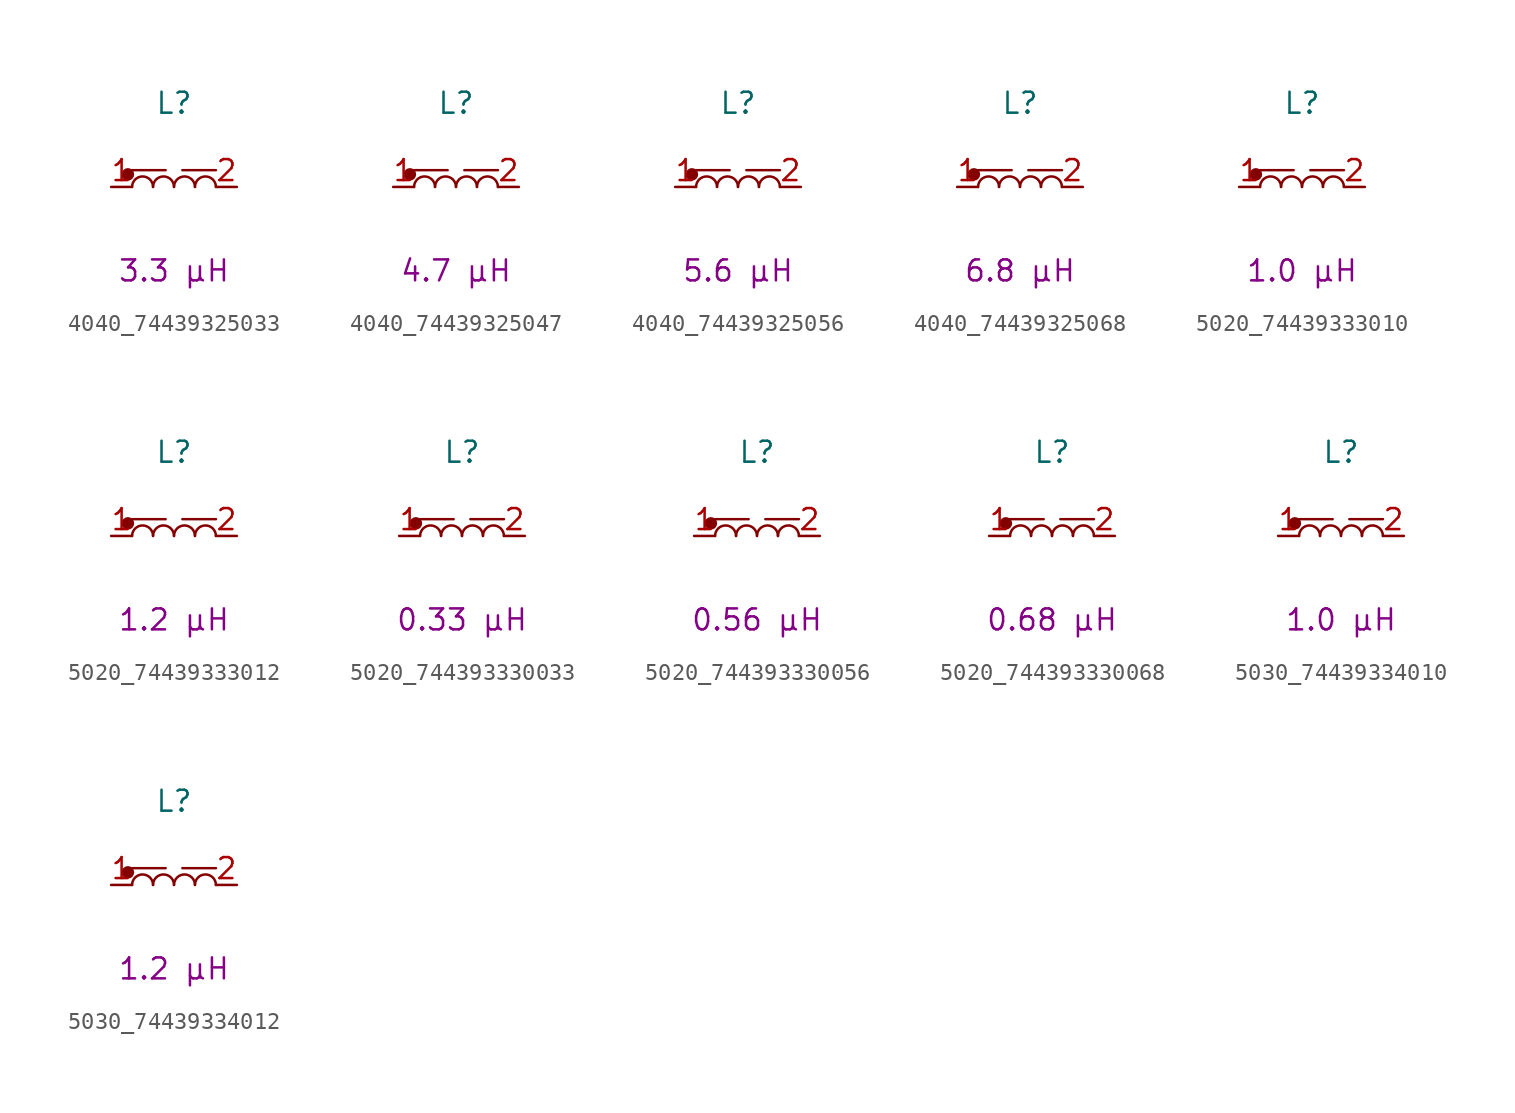
<source format=kicad_sym>
(kicad_symbol_lib
  (version 20220914)
  (generator kicad_symbol_editor)
  (symbol "4040_74439325033"
    (pin_names hide)
    (property "Reference" "L"
      (at 0 5.08 0)
      (effects (font (size 1.27 1.27))))
    (property "Critical Parameter" "3.3 µH"
      (at 0 -5.08 0)
      (effects (font (size 1.27 1.27))))
    (symbol "4040_74439325033_0_1"
      (arc (start -1.27 0) (mid -1.905 0.6323) (end -2.54 0) (stroke (width 0) (type default)) (fill (type none)))
      (arc (start 0 0) (mid -0.635 0.6323) (end -1.27 0) (stroke (width 0) (type default)) (fill (type none)))
      (polyline (pts (xy -2.54 1.016) (xy -0.508 1.016)) (stroke (width 0) (type default)) (fill (type none)))
      (arc (start 1.27 0) (mid 0.635 0.6323) (end 0 0) (stroke (width 0) (type default)) (fill (type none)))
      (arc (start 2.54 0) (mid 1.905 0.6323) (end 1.27 0) (stroke (width 0) (type default)) (fill (type none))))
    (symbol "4040_74439325033_1_1"
      (circle (center -2.794 0.762) (radius 0.0001) (stroke (width 0.381) (type default)) (fill (type none)))
      (polyline (pts (xy 2.54 1.016) (xy 0.508 1.016)) (stroke (width 0) (type default)) (fill (type none)))
      (pin passive line (at -3.81 0 0) (length 1.27) (name "1" (effects (font (size 1.27 1.27)))) (number "1" (effects (font (size 1.27 1.27)))))
      (pin passive line (at 3.81 0 180) (length 1.27) (name "2" (effects (font (size 1.27 1.27)))) (number "2" (effects (font (size 1.27 1.27)))))))
  (symbol "4040_74439325047"
    (pin_names hide)
    (property "Reference" "L"
      (at 0 5.08 0)
      (effects (font (size 1.27 1.27))))
    (property "Critical Parameter" "4.7 µH"
      (at 0 -5.08 0)
      (effects (font (size 1.27 1.27))))
    (symbol "4040_74439325047_0_1"
      (arc (start -1.27 0) (mid -1.905 0.6323) (end -2.54 0) (stroke (width 0) (type default)) (fill (type none)))
      (arc (start 0 0) (mid -0.635 0.6323) (end -1.27 0) (stroke (width 0) (type default)) (fill (type none)))
      (polyline (pts (xy -2.54 1.016) (xy -0.508 1.016)) (stroke (width 0) (type default)) (fill (type none)))
      (arc (start 1.27 0) (mid 0.635 0.6323) (end 0 0) (stroke (width 0) (type default)) (fill (type none)))
      (arc (start 2.54 0) (mid 1.905 0.6323) (end 1.27 0) (stroke (width 0) (type default)) (fill (type none))))
    (symbol "4040_74439325047_1_1"
      (circle (center -2.794 0.762) (radius 0.0001) (stroke (width 0.381) (type default)) (fill (type none)))
      (polyline (pts (xy 2.54 1.016) (xy 0.508 1.016)) (stroke (width 0) (type default)) (fill (type none)))
      (pin passive line (at -3.81 0 0) (length 1.27) (name "1" (effects (font (size 1.27 1.27)))) (number "1" (effects (font (size 1.27 1.27)))))
      (pin passive line (at 3.81 0 180) (length 1.27) (name "2" (effects (font (size 1.27 1.27)))) (number "2" (effects (font (size 1.27 1.27)))))))
  (symbol "4040_74439325056"
    (pin_names hide)
    (property "Reference" "L"
      (at 0 5.08 0)
      (effects (font (size 1.27 1.27))))
    (property "Critical Parameter" "5.6 µH"
      (at 0 -5.08 0)
      (effects (font (size 1.27 1.27))))
    (symbol "4040_74439325056_0_1"
      (arc (start -1.27 0) (mid -1.905 0.6323) (end -2.54 0) (stroke (width 0) (type default)) (fill (type none)))
      (arc (start 0 0) (mid -0.635 0.6323) (end -1.27 0) (stroke (width 0) (type default)) (fill (type none)))
      (polyline (pts (xy -2.54 1.016) (xy -0.508 1.016)) (stroke (width 0) (type default)) (fill (type none)))
      (arc (start 1.27 0) (mid 0.635 0.6323) (end 0 0) (stroke (width 0) (type default)) (fill (type none)))
      (arc (start 2.54 0) (mid 1.905 0.6323) (end 1.27 0) (stroke (width 0) (type default)) (fill (type none))))
    (symbol "4040_74439325056_1_1"
      (circle (center -2.794 0.762) (radius 0.0001) (stroke (width 0.381) (type default)) (fill (type none)))
      (polyline (pts (xy 2.54 1.016) (xy 0.508 1.016)) (stroke (width 0) (type default)) (fill (type none)))
      (pin passive line (at -3.81 0 0) (length 1.27) (name "1" (effects (font (size 1.27 1.27)))) (number "1" (effects (font (size 1.27 1.27)))))
      (pin passive line (at 3.81 0 180) (length 1.27) (name "2" (effects (font (size 1.27 1.27)))) (number "2" (effects (font (size 1.27 1.27)))))))
  (symbol "4040_74439325068"
    (pin_names hide)
    (property "Reference" "L"
      (at 0 5.08 0)
      (effects (font (size 1.27 1.27))))
    (property "Critical Parameter" "6.8 µH"
      (at 0 -5.08 0)
      (effects (font (size 1.27 1.27))))
    (symbol "4040_74439325068_0_1"
      (arc (start -1.27 0) (mid -1.905 0.6323) (end -2.54 0) (stroke (width 0) (type default)) (fill (type none)))
      (arc (start 0 0) (mid -0.635 0.6323) (end -1.27 0) (stroke (width 0) (type default)) (fill (type none)))
      (polyline (pts (xy -2.54 1.016) (xy -0.508 1.016)) (stroke (width 0) (type default)) (fill (type none)))
      (arc (start 1.27 0) (mid 0.635 0.6323) (end 0 0) (stroke (width 0) (type default)) (fill (type none)))
      (arc (start 2.54 0) (mid 1.905 0.6323) (end 1.27 0) (stroke (width 0) (type default)) (fill (type none))))
    (symbol "4040_74439325068_1_1"
      (circle (center -2.794 0.762) (radius 0.0001) (stroke (width 0.381) (type default)) (fill (type none)))
      (polyline (pts (xy 2.54 1.016) (xy 0.508 1.016)) (stroke (width 0) (type default)) (fill (type none)))
      (pin passive line (at -3.81 0 0) (length 1.27) (name "1" (effects (font (size 1.27 1.27)))) (number "1" (effects (font (size 1.27 1.27)))))
      (pin passive line (at 3.81 0 180) (length 1.27) (name "2" (effects (font (size 1.27 1.27)))) (number "2" (effects (font (size 1.27 1.27)))))))
  (symbol "5020_74439333010"
    (pin_names hide)
    (property "Reference" "L"
      (at 0 5.08 0)
      (effects (font (size 1.27 1.27))))
    (property "Critical Parameter" "1.0 µH"
      (at 0 -5.08 0)
      (effects (font (size 1.27 1.27))))
    (symbol "5020_74439333010_0_1"
      (arc (start -1.27 0) (mid -1.905 0.6323) (end -2.54 0) (stroke (width 0) (type default)) (fill (type none)))
      (arc (start 0 0) (mid -0.635 0.6323) (end -1.27 0) (stroke (width 0) (type default)) (fill (type none)))
      (polyline (pts (xy -2.54 1.016) (xy -0.508 1.016)) (stroke (width 0) (type default)) (fill (type none)))
      (arc (start 1.27 0) (mid 0.635 0.6323) (end 0 0) (stroke (width 0) (type default)) (fill (type none)))
      (arc (start 2.54 0) (mid 1.905 0.6323) (end 1.27 0) (stroke (width 0) (type default)) (fill (type none))))
    (symbol "5020_74439333010_1_1"
      (circle (center -2.794 0.762) (radius 0.0001) (stroke (width 0.381) (type default)) (fill (type none)))
      (polyline (pts (xy 2.54 1.016) (xy 0.508 1.016)) (stroke (width 0) (type default)) (fill (type none)))
      (pin passive line (at -3.81 0 0) (length 1.27) (name "1" (effects (font (size 1.27 1.27)))) (number "1" (effects (font (size 1.27 1.27)))))
      (pin passive line (at 3.81 0 180) (length 1.27) (name "2" (effects (font (size 1.27 1.27)))) (number "2" (effects (font (size 1.27 1.27)))))))
  (symbol "5020_74439333012"
    (pin_names hide)
    (property "Reference" "L"
      (at 0 5.08 0)
      (effects (font (size 1.27 1.27))))
    (property "Critical Parameter" "1.2 µH"
      (at 0 -5.08 0)
      (effects (font (size 1.27 1.27))))
    (symbol "5020_74439333012_0_1"
      (arc (start -1.27 0) (mid -1.905 0.6323) (end -2.54 0) (stroke (width 0) (type default)) (fill (type none)))
      (arc (start 0 0) (mid -0.635 0.6323) (end -1.27 0) (stroke (width 0) (type default)) (fill (type none)))
      (polyline (pts (xy -2.54 1.016) (xy -0.508 1.016)) (stroke (width 0) (type default)) (fill (type none)))
      (arc (start 1.27 0) (mid 0.635 0.6323) (end 0 0) (stroke (width 0) (type default)) (fill (type none)))
      (arc (start 2.54 0) (mid 1.905 0.6323) (end 1.27 0) (stroke (width 0) (type default)) (fill (type none))))
    (symbol "5020_74439333012_1_1"
      (circle (center -2.794 0.762) (radius 0.0001) (stroke (width 0.381) (type default)) (fill (type none)))
      (polyline (pts (xy 2.54 1.016) (xy 0.508 1.016)) (stroke (width 0) (type default)) (fill (type none)))
      (pin passive line (at -3.81 0 0) (length 1.27) (name "1" (effects (font (size 1.27 1.27)))) (number "1" (effects (font (size 1.27 1.27)))))
      (pin passive line (at 3.81 0 180) (length 1.27) (name "2" (effects (font (size 1.27 1.27)))) (number "2" (effects (font (size 1.27 1.27)))))))
  (symbol "5020_744393330033"
    (pin_names hide)
    (property "Reference" "L"
      (at 0 5.08 0)
      (effects (font (size 1.27 1.27))))
    (property "Critical Parameter" "0.33 µH"
      (at 0 -5.08 0)
      (effects (font (size 1.27 1.27))))
    (symbol "5020_744393330033_0_1"
      (arc (start -1.27 0) (mid -1.905 0.6323) (end -2.54 0) (stroke (width 0) (type default)) (fill (type none)))
      (arc (start 0 0) (mid -0.635 0.6323) (end -1.27 0) (stroke (width 0) (type default)) (fill (type none)))
      (polyline (pts (xy -2.54 1.016) (xy -0.508 1.016)) (stroke (width 0) (type default)) (fill (type none)))
      (arc (start 1.27 0) (mid 0.635 0.6323) (end 0 0) (stroke (width 0) (type default)) (fill (type none)))
      (arc (start 2.54 0) (mid 1.905 0.6323) (end 1.27 0) (stroke (width 0) (type default)) (fill (type none))))
    (symbol "5020_744393330033_1_1"
      (circle (center -2.794 0.762) (radius 0.0001) (stroke (width 0.381) (type default)) (fill (type none)))
      (polyline (pts (xy 2.54 1.016) (xy 0.508 1.016)) (stroke (width 0) (type default)) (fill (type none)))
      (pin passive line (at -3.81 0 0) (length 1.27) (name "1" (effects (font (size 1.27 1.27)))) (number "1" (effects (font (size 1.27 1.27)))))
      (pin passive line (at 3.81 0 180) (length 1.27) (name "2" (effects (font (size 1.27 1.27)))) (number "2" (effects (font (size 1.27 1.27)))))))
  (symbol "5020_744393330056"
    (pin_names hide)
    (property "Reference" "L"
      (at 0 5.08 0)
      (effects (font (size 1.27 1.27))))
    (property "Critical Parameter" "0.56 µH"
      (at 0 -5.08 0)
      (effects (font (size 1.27 1.27))))
    (symbol "5020_744393330056_0_1"
      (arc (start -1.27 0) (mid -1.905 0.6323) (end -2.54 0) (stroke (width 0) (type default)) (fill (type none)))
      (arc (start 0 0) (mid -0.635 0.6323) (end -1.27 0) (stroke (width 0) (type default)) (fill (type none)))
      (polyline (pts (xy -2.54 1.016) (xy -0.508 1.016)) (stroke (width 0) (type default)) (fill (type none)))
      (arc (start 1.27 0) (mid 0.635 0.6323) (end 0 0) (stroke (width 0) (type default)) (fill (type none)))
      (arc (start 2.54 0) (mid 1.905 0.6323) (end 1.27 0) (stroke (width 0) (type default)) (fill (type none))))
    (symbol "5020_744393330056_1_1"
      (circle (center -2.794 0.762) (radius 0.0001) (stroke (width 0.381) (type default)) (fill (type none)))
      (polyline (pts (xy 2.54 1.016) (xy 0.508 1.016)) (stroke (width 0) (type default)) (fill (type none)))
      (pin passive line (at -3.81 0 0) (length 1.27) (name "1" (effects (font (size 1.27 1.27)))) (number "1" (effects (font (size 1.27 1.27)))))
      (pin passive line (at 3.81 0 180) (length 1.27) (name "2" (effects (font (size 1.27 1.27)))) (number "2" (effects (font (size 1.27 1.27)))))))
  (symbol "5020_744393330068"
    (pin_names hide)
    (property "Reference" "L"
      (at 0 5.08 0)
      (effects (font (size 1.27 1.27))))
    (property "Critical Parameter" "0.68 µH"
      (at 0 -5.08 0)
      (effects (font (size 1.27 1.27))))
    (symbol "5020_744393330068_0_1"
      (arc (start -1.27 0) (mid -1.905 0.6323) (end -2.54 0) (stroke (width 0) (type default)) (fill (type none)))
      (arc (start 0 0) (mid -0.635 0.6323) (end -1.27 0) (stroke (width 0) (type default)) (fill (type none)))
      (polyline (pts (xy -2.54 1.016) (xy -0.508 1.016)) (stroke (width 0) (type default)) (fill (type none)))
      (arc (start 1.27 0) (mid 0.635 0.6323) (end 0 0) (stroke (width 0) (type default)) (fill (type none)))
      (arc (start 2.54 0) (mid 1.905 0.6323) (end 1.27 0) (stroke (width 0) (type default)) (fill (type none))))
    (symbol "5020_744393330068_1_1"
      (circle (center -2.794 0.762) (radius 0.0001) (stroke (width 0.381) (type default)) (fill (type none)))
      (polyline (pts (xy 2.54 1.016) (xy 0.508 1.016)) (stroke (width 0) (type default)) (fill (type none)))
      (pin passive line (at -3.81 0 0) (length 1.27) (name "1" (effects (font (size 1.27 1.27)))) (number "1" (effects (font (size 1.27 1.27)))))
      (pin passive line (at 3.81 0 180) (length 1.27) (name "2" (effects (font (size 1.27 1.27)))) (number "2" (effects (font (size 1.27 1.27)))))))
  (symbol "5030_74439334010"
    (pin_names hide)
    (property "Reference" "L"
      (at 0 5.08 0)
      (effects (font (size 1.27 1.27))))
    (property "Critical Parameter" "1.0 µH"
      (at 0 -5.08 0)
      (effects (font (size 1.27 1.27))))
    (symbol "5030_74439334010_0_1"
      (arc (start -1.27 0) (mid -1.905 0.6323) (end -2.54 0) (stroke (width 0) (type default)) (fill (type none)))
      (arc (start 0 0) (mid -0.635 0.6323) (end -1.27 0) (stroke (width 0) (type default)) (fill (type none)))
      (polyline (pts (xy -2.54 1.016) (xy -0.508 1.016)) (stroke (width 0) (type default)) (fill (type none)))
      (arc (start 1.27 0) (mid 0.635 0.6323) (end 0 0) (stroke (width 0) (type default)) (fill (type none)))
      (arc (start 2.54 0) (mid 1.905 0.6323) (end 1.27 0) (stroke (width 0) (type default)) (fill (type none))))
    (symbol "5030_74439334010_1_1"
      (circle (center -2.794 0.762) (radius 0.0001) (stroke (width 0.381) (type default)) (fill (type none)))
      (polyline (pts (xy 2.54 1.016) (xy 0.508 1.016)) (stroke (width 0) (type default)) (fill (type none)))
      (pin passive line (at -3.81 0 0) (length 1.27) (name "1" (effects (font (size 1.27 1.27)))) (number "1" (effects (font (size 1.27 1.27)))))
      (pin passive line (at 3.81 0 180) (length 1.27) (name "2" (effects (font (size 1.27 1.27)))) (number "2" (effects (font (size 1.27 1.27)))))))
  (symbol "5030_74439334012"
    (pin_names hide)
    (property "Reference" "L"
      (at 0 5.08 0)
      (effects (font (size 1.27 1.27))))
    (property "Critical Parameter" "1.2 µH"
      (at 0 -5.08 0)
      (effects (font (size 1.27 1.27))))
    (symbol "5030_74439334012_0_1"
      (arc (start -1.27 0) (mid -1.905 0.6323) (end -2.54 0) (stroke (width 0) (type default)) (fill (type none)))
      (arc (start 0 0) (mid -0.635 0.6323) (end -1.27 0) (stroke (width 0) (type default)) (fill (type none)))
      (polyline (pts (xy -2.54 1.016) (xy -0.508 1.016)) (stroke (width 0) (type default)) (fill (type none)))
      (arc (start 1.27 0) (mid 0.635 0.6323) (end 0 0) (stroke (width 0) (type default)) (fill (type none)))
      (arc (start 2.54 0) (mid 1.905 0.6323) (end 1.27 0) (stroke (width 0) (type default)) (fill (type none))))
    (symbol "5030_74439334012_1_1"
      (circle (center -2.794 0.762) (radius 0.0001) (stroke (width 0.381) (type default)) (fill (type none)))
      (polyline (pts (xy 2.54 1.016) (xy 0.508 1.016)) (stroke (width 0) (type default)) (fill (type none)))
      (pin passive line (at -3.81 0 0) (length 1.27) (name "1" (effects (font (size 1.27 1.27)))) (number "1" (effects (font (size 1.27 1.27)))))
      (pin passive line (at 3.81 0 180) (length 1.27) (name "2" (effects (font (size 1.27 1.27)))) (number "2" (effects (font (size 1.27 1.27))))))))
</source>
